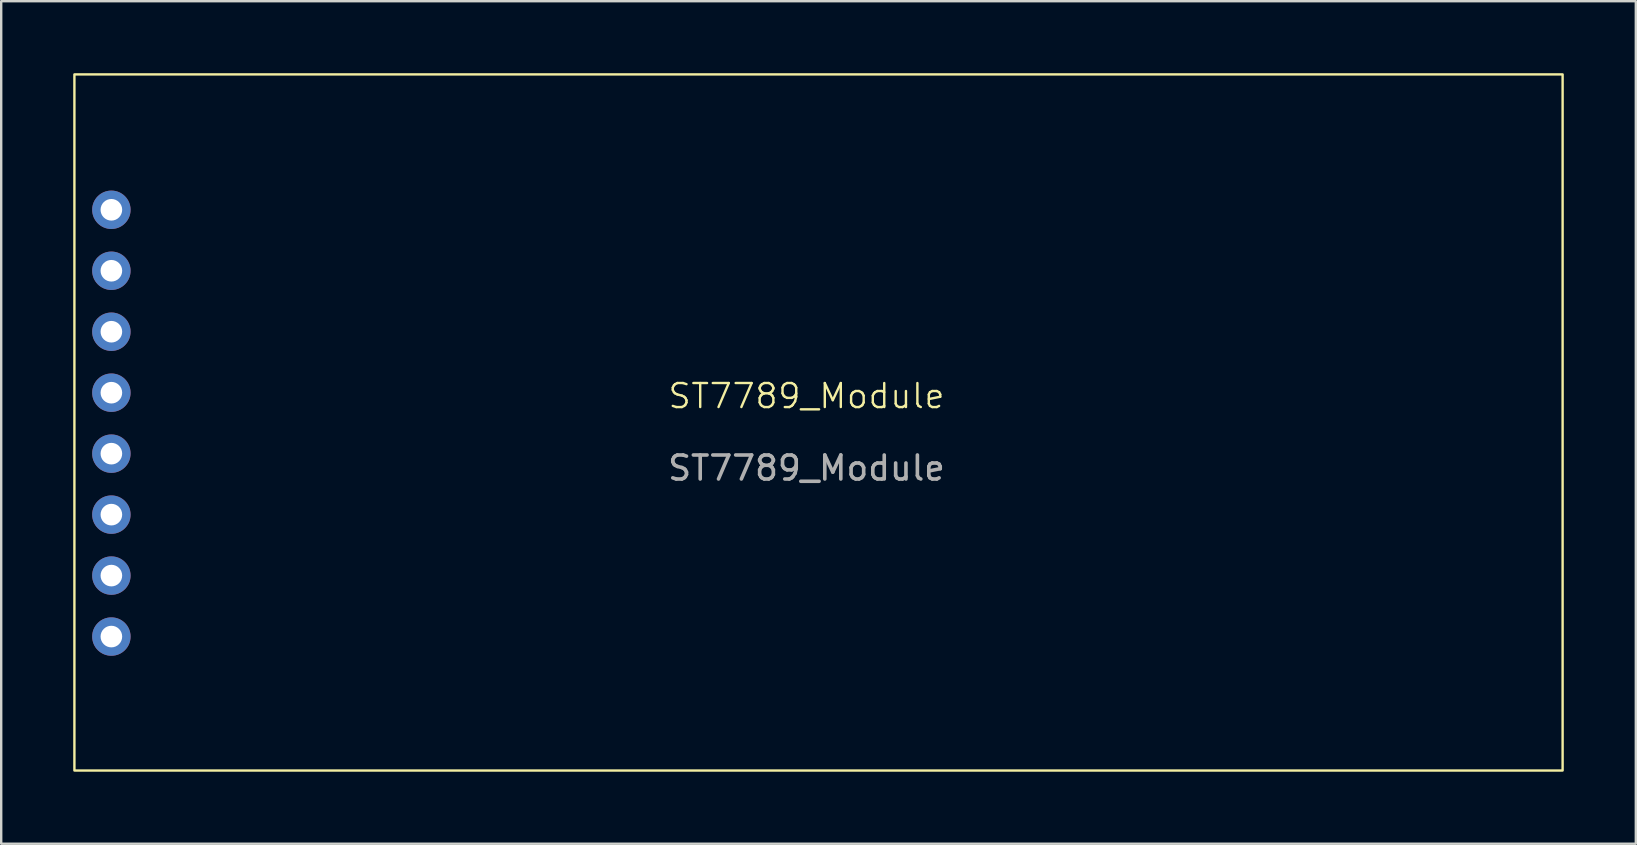
<source format=kicad_pcb>
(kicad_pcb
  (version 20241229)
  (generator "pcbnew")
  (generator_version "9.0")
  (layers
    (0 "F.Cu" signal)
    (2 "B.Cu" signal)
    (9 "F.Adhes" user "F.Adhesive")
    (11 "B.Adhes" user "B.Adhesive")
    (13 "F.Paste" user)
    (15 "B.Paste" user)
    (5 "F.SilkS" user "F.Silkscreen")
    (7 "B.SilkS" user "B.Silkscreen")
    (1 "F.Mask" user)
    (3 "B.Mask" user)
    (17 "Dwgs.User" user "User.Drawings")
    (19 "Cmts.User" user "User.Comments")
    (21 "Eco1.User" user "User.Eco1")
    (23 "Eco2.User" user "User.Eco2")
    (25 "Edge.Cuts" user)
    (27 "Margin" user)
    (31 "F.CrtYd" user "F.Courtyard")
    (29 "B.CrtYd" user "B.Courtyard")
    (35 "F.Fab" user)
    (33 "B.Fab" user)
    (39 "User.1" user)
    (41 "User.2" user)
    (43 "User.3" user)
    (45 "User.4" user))
  (footprint "ST7789_Module"
    (layer "F.Cu")
    (at 30.65 15.25)
    (property "Reference" "ST7789_Module" (at -0.1 -1.8 0) (unlocked yes) (layer "F.SilkS") (effects (font (size 1 1) (thickness 0.1))))
    (attr through_hole)
    (fp_rect (start -30.6 -15.2) (end 31.4 13.8) (stroke (width 0.1) (type default)) (fill no) (layer "F.SilkS"))
    (fp_text user "${REFERENCE}" (at -0.1 1.2 0) (unlocked yes) (layer "F.Fab") (effects (font (size 1 1) (thickness 0.15))))
    (pad "1" thru_hole circle (at -29.06 8.22 90) (size 1.6 1.6) (drill 0.9) (layers "*.Cu" "*.Mask"))
    (pad "2" thru_hole circle (at -29.06 5.68 90) (size 1.6 1.6) (drill 0.9) (layers "*.Cu" "*.Mask"))
    (pad "3" thru_hole circle (at -29.06 3.14 90) (size 1.6 1.6) (drill 0.9) (layers "*.Cu" "*.Mask"))
    (pad "4" thru_hole circle (at -29.06 0.6 90) (size 1.6 1.6) (drill 0.9) (layers "*.Cu" "*.Mask"))
    (pad "5" thru_hole circle (at -29.06 -1.94 90) (size 1.6 1.6) (drill 0.9) (layers "*.Cu" "*.Mask"))
    (pad "6" thru_hole circle (at -29.06 -4.48 90) (size 1.6 1.6) (drill 0.9) (layers "*.Cu" "*.Mask"))
    (pad "7" thru_hole circle (at -29.06 -7.02 90) (size 1.6 1.6) (drill 0.9) (layers "*.Cu" "*.Mask"))
    (pad "8" thru_hole circle (at -29.06 -9.56 90) (size 1.6 1.6) (drill 0.9) (layers "*.Cu" "*.Mask")))
  (gr_rect
    (start -3 -3)
    (end 65.1 32.1)
    (stroke (width 0.1) (type default))
    (fill no)
    (layer "Edge.Cuts")))
</source>
